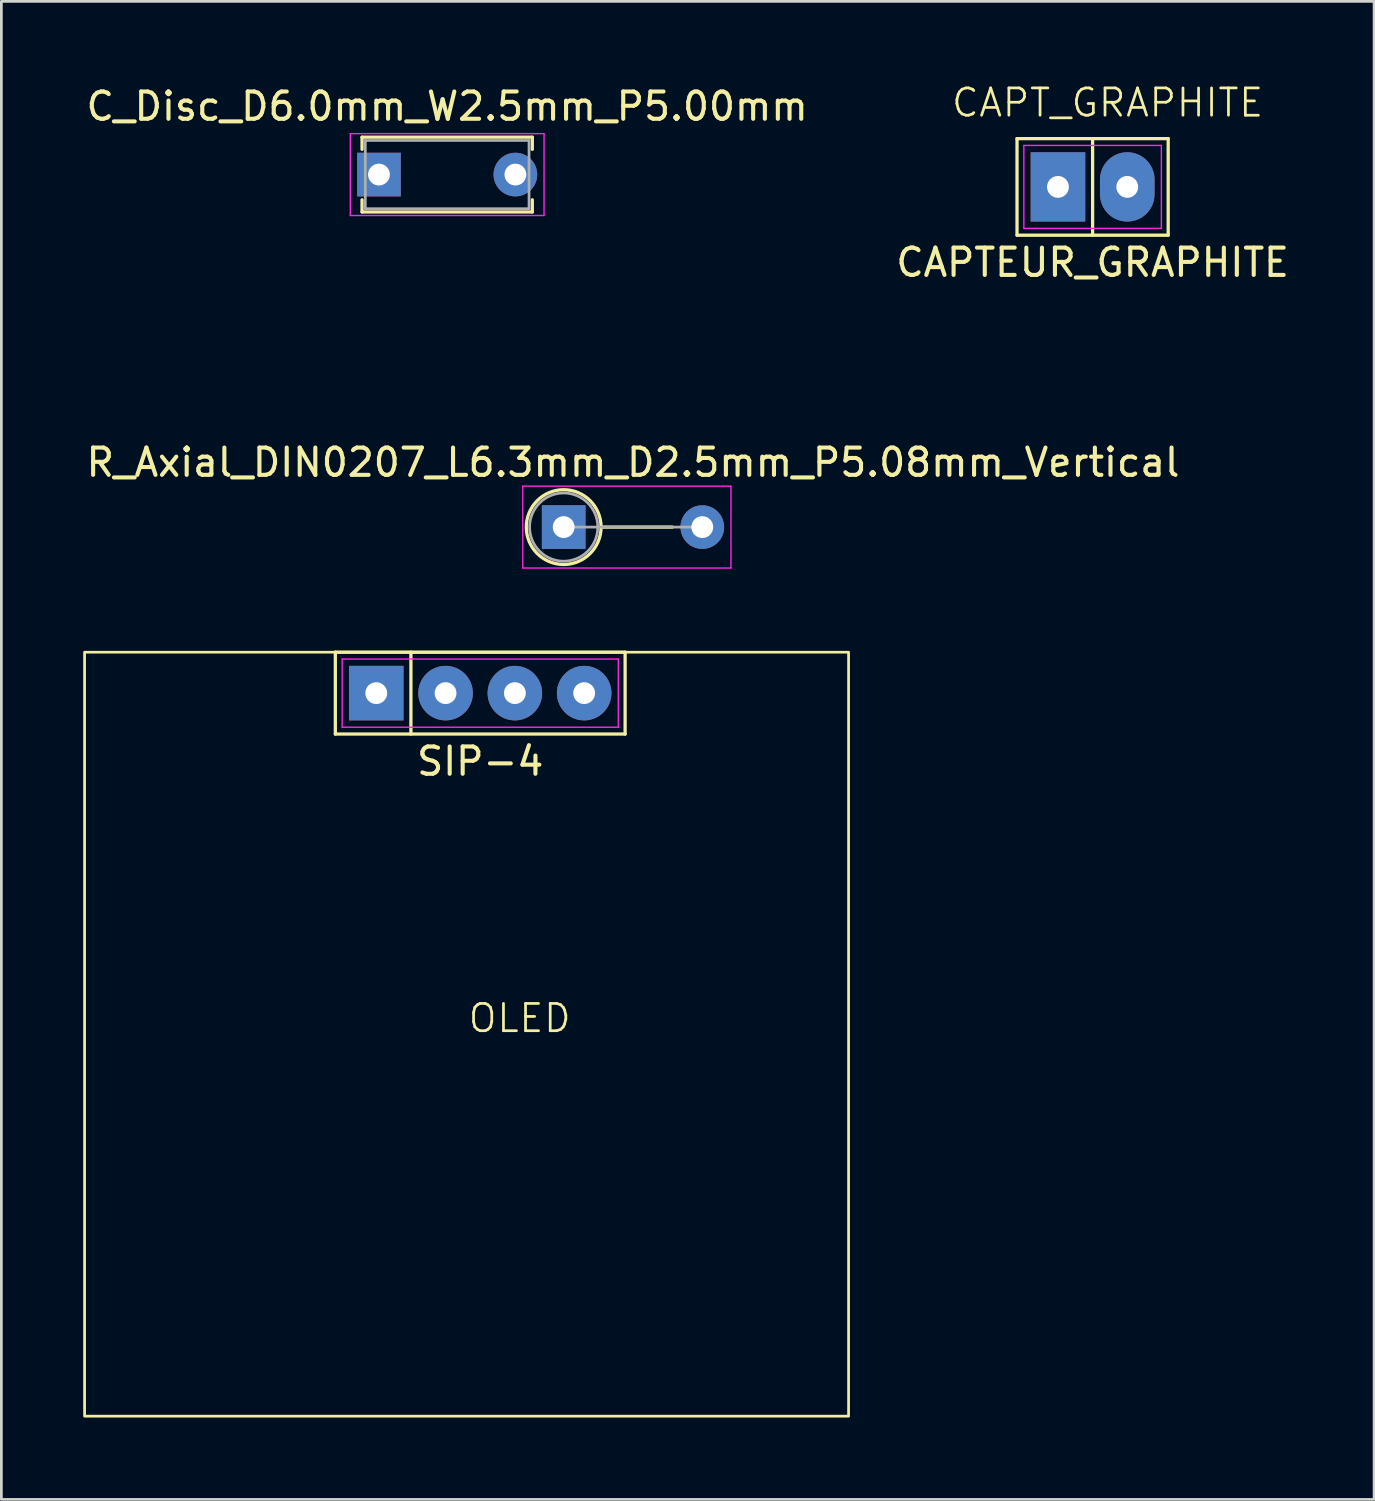
<source format=kicad_pcb>
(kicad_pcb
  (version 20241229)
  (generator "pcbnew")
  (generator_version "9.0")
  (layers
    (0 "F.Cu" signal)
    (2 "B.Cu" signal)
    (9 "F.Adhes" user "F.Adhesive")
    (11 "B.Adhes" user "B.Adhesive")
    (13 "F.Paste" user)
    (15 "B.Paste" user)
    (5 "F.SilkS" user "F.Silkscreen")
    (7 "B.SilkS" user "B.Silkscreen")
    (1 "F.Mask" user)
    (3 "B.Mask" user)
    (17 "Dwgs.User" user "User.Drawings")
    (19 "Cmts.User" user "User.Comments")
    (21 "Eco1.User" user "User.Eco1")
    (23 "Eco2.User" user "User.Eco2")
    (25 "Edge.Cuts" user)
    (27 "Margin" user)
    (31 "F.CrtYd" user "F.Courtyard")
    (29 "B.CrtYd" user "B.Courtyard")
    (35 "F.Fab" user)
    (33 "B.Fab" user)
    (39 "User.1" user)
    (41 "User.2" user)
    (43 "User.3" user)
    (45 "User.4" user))
  (footprint "R_Axial_DIN0207_L6.3mm_D2.5mm_P5.08mm_Vertical"
    (layer "F.Cu")
    (at 17.609 16.268)
    (property "Reference" "R_Axial_DIN0207_L6.3mm_D2.5mm_P5.08mm_Vertical" (at 2.54 -2.37 0) (layer "F.SilkS") (effects (font (size 1 1) (thickness 0.15))))
    (attr through_hole)
    (fp_line (start 1.37 0) (end 3.98 0) (stroke (width 0.12) (type solid)) (layer "F.SilkS"))
    (fp_circle (center 0 0) (end 1.37 0) (stroke (width 0.12) (type solid)) (fill no) (layer "F.SilkS"))
    (fp_line (start -1.5 -1.5) (end -1.5 1.5) (stroke (width 0.05) (type solid)) (layer "F.CrtYd"))
    (fp_line (start -1.5 1.5) (end 6.13 1.5) (stroke (width 0.05) (type solid)) (layer "F.CrtYd"))
    (fp_line (start 6.13 -1.5) (end -1.5 -1.5) (stroke (width 0.05) (type solid)) (layer "F.CrtYd"))
    (fp_line (start 6.13 1.5) (end 6.13 -1.5) (stroke (width 0.05) (type solid)) (layer "F.CrtYd"))
    (fp_line (start 0 0) (end 5.08 0) (stroke (width 0.1) (type solid)) (layer "F.Fab"))
    (fp_circle (center 0 0) (end 1.25 0) (stroke (width 0.1) (type solid)) (fill no) (layer "F.Fab"))
    (pad "1" thru_hole rect (at 0 0) (size 1.6 1.6) (drill 0.8) (layers "*.Cu" "*.Mask"))
    (pad "2" thru_hole oval (at 5.08 0) (size 1.6 1.6) (drill 0.8) (layers "*.Cu" "*.Mask")))
  (footprint "C_Disc_D6.0mm_W2.5mm_P5.00mm"
    (layer "F.Cu")
    (at 10.839 3.348)
    (property "Reference" "C_Disc_D6.0mm_W2.5mm_P5.00mm" (at 2.5 -2.5 0) (layer "F.SilkS") (effects (font (size 1 1) (thickness 0.15))))
    (attr through_hole)
    (fp_line (start -0.62 -1.37) (end -0.62 -0.925) (stroke (width 0.12) (type solid)) (layer "F.SilkS"))
    (fp_line (start -0.62 -1.37) (end 5.62 -1.37) (stroke (width 0.12) (type solid)) (layer "F.SilkS"))
    (fp_line (start -0.62 0.925) (end -0.62 1.37) (stroke (width 0.12) (type solid)) (layer "F.SilkS"))
    (fp_line (start -0.62 1.37) (end 5.62 1.37) (stroke (width 0.12) (type solid)) (layer "F.SilkS"))
    (fp_line (start 5.62 -1.37) (end 5.62 -0.925) (stroke (width 0.12) (type solid)) (layer "F.SilkS"))
    (fp_line (start 5.62 0.925) (end 5.62 1.37) (stroke (width 0.12) (type solid)) (layer "F.SilkS"))
    (fp_line (start -1.05 -1.5) (end -1.05 1.5) (stroke (width 0.05) (type solid)) (layer "F.CrtYd"))
    (fp_line (start -1.05 1.5) (end 6.05 1.5) (stroke (width 0.05) (type solid)) (layer "F.CrtYd"))
    (fp_line (start 6.05 -1.5) (end -1.05 -1.5) (stroke (width 0.05) (type solid)) (layer "F.CrtYd"))
    (fp_line (start 6.05 1.5) (end 6.05 -1.5) (stroke (width 0.05) (type solid)) (layer "F.CrtYd"))
    (fp_line (start -0.5 -1.25) (end -0.5 1.25) (stroke (width 0.1) (type solid)) (layer "F.Fab"))
    (fp_line (start -0.5 1.25) (end 5.5 1.25) (stroke (width 0.1) (type solid)) (layer "F.Fab"))
    (fp_line (start 5.5 -1.25) (end -0.5 -1.25) (stroke (width 0.1) (type solid)) (layer "F.Fab"))
    (fp_line (start 5.5 1.25) (end 5.5 -1.25) (stroke (width 0.1) (type solid)) (layer "F.Fab"))
    (pad "1" thru_hole rect (at 0 0) (size 1.6 1.6) (drill 0.8) (layers "*.Cu" "*.Mask"))
    (pad "2" thru_hole circle (at 5 0) (size 1.6 1.6) (drill 0.8) (layers "*.Cu" "*.Mask")))
  (footprint "CAPTEUR_GRAPHITE"
    (layer "F.Cu")
    (at 37.764 9.8)
    (property "Reference" "CAPTEUR_GRAPHITE" (at -0.77 -3.23 0) (layer "F.SilkS") (effects (font (size 1 1) (thickness 0.15))))
    (attr through_hole)
    (fp_line (start -3.54 -7.77) (end 2 -7.77) (stroke (width 0.12) (type default)) (layer "F.SilkS"))
    (fp_line (start -3.54 -4.23) (end -3.54 -7.77) (stroke (width 0.12) (type default)) (layer "F.SilkS"))
    (fp_line (start -0.77 -7.77) (end -0.77 -4.23) (stroke (width 0.12) (type default)) (layer "F.SilkS"))
    (fp_line (start 2 -7.77) (end 2 -4.23) (stroke (width 0.12) (type default)) (layer "F.SilkS"))
    (fp_line (start 2 -4.23) (end -3.54 -4.23) (stroke (width 0.12) (type default)) (layer "F.SilkS"))
    (fp_line (start -3.29 -7.52) (end 1.75 -7.52) (stroke (width 0.05) (type default)) (layer "F.CrtYd"))
    (fp_line (start -3.29 -4.48) (end -3.29 -7.52) (stroke (width 0.05) (type default)) (layer "F.CrtYd"))
    (fp_line (start 1.75 -7.52) (end 1.75 -4.48) (stroke (width 0.05) (type default)) (layer "F.CrtYd"))
    (fp_line (start 1.75 -4.48) (end -3.29 -4.48) (stroke (width 0.05) (type default)) (layer "F.CrtYd"))
    (fp_text user "CAPT_GRAPHITE" (at -6 -8.5 0) (unlocked yes) (layer "F.SilkS") (effects (font (size 1 1) (thickness 0.1)) (justify left bottom)))
    (pad "1" thru_hole rect (at -2.04 -6) (size 2 2.54) (drill 0.8) (layers "*.Cu" "*.Mask"))
    (pad "2" thru_hole oval (at 0.5 -6) (size 2 2.54) (drill 0.8) (layers "*.Cu" "*.Mask")))
  (footprint "SIP-4"
    (layer "F.Cu")
    (at 14.55 22.353)
    (property "Reference" "SIP-4" (at 0 2.5 0) (layer "F.SilkS") (effects (font (size 1 1) (thickness 0.15))))
    (attr through_hole)
    (fp_line (start -5.31 -1.5) (end 5.31 -1.5) (stroke (width 0.12) (type default)) (layer "F.SilkS"))
    (fp_line (start -5.31 1.5) (end -5.31 -1.5) (stroke (width 0.12) (type default)) (layer "F.SilkS"))
    (fp_line (start -2.54 -1.5) (end -2.54 1.5) (stroke (width 0.12) (type default)) (layer "F.SilkS"))
    (fp_line (start 5.31 -1.5) (end 5.31 1.5) (stroke (width 0.12) (type default)) (layer "F.SilkS"))
    (fp_line (start 5.31 1.5) (end -5.31 1.5) (stroke (width 0.12) (type default)) (layer "F.SilkS"))
    (fp_rect (start -14.5 -1.5) (end 13.5 26.5) (stroke (width 0.1) (type default)) (fill no) (layer "F.SilkS"))
    (fp_line (start -5.06 -1.25) (end 5.06 -1.25) (stroke (width 0.05) (type default)) (layer "F.CrtYd"))
    (fp_line (start -5.06 1.25) (end -5.06 -1.25) (stroke (width 0.05) (type default)) (layer "F.CrtYd"))
    (fp_line (start 5.06 -1.25) (end 5.06 1.25) (stroke (width 0.05) (type default)) (layer "F.CrtYd"))
    (fp_line (start 5.06 1.25) (end -5.06 1.25) (stroke (width 0.05) (type default)) (layer "F.CrtYd"))
    (fp_text user "OLED" (at -0.5 12.5 0) (unlocked yes) (layer "F.SilkS") (effects (font (size 1 1) (thickness 0.1)) (justify left bottom)))
    (pad "1" thru_hole rect (at -3.81 0) (size 2 2) (drill 0.8) (layers "*.Cu" "*.Mask"))
    (pad "2" thru_hole circle (at -1.27 0) (size 2 2) (drill 0.8) (layers "*.Cu" "*.Mask"))
    (pad "3" thru_hole circle (at 1.27 0) (size 2 2) (drill 0.8) (layers "*.Cu" "*.Mask"))
    (pad "4" thru_hole circle (at 3.81 0) (size 2 2) (drill 0.8) (layers "*.Cu" "*.Mask")))
  (gr_rect
    (start -3 -3)
    (end 47.31 51.903)
    (stroke (width 0.1) (type default))
    (fill no)
    (layer "Edge.Cuts")))
</source>
